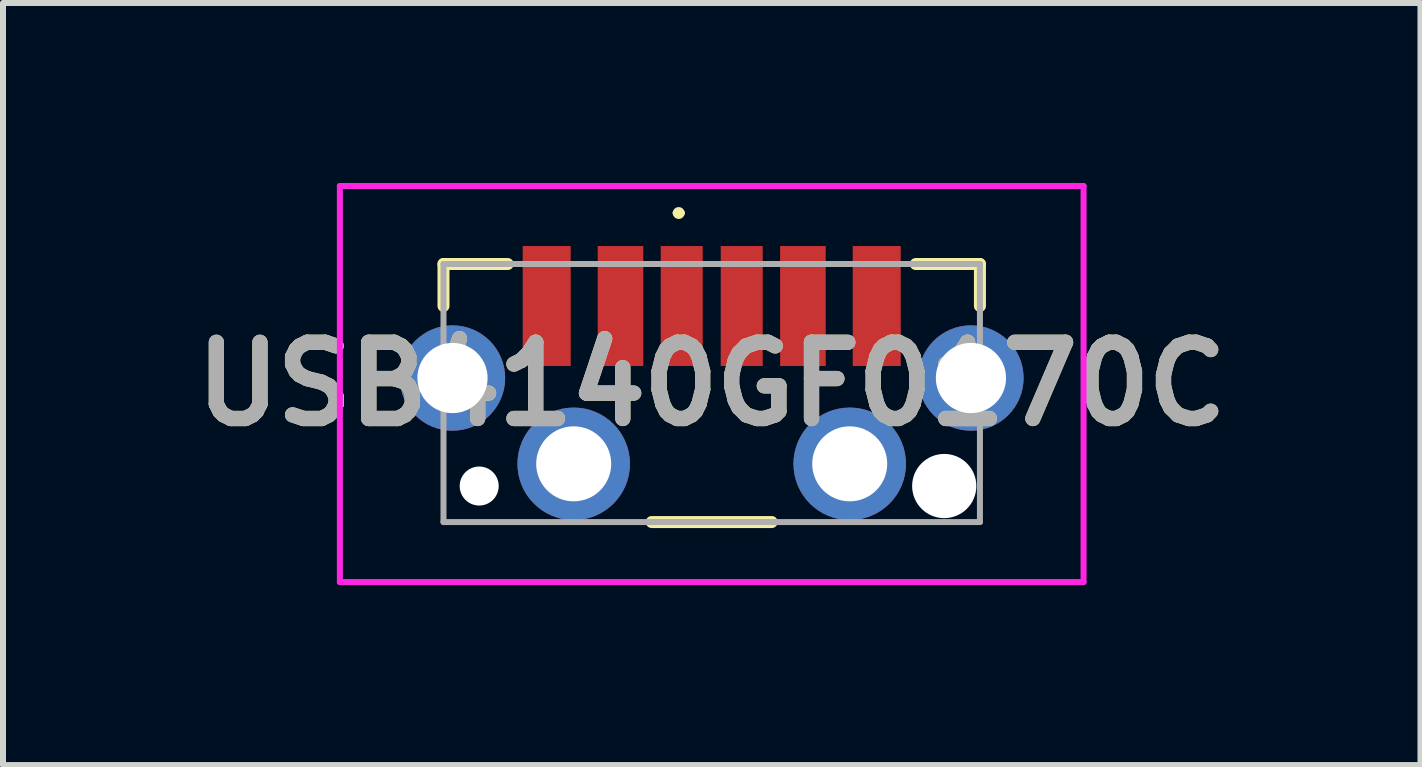
<source format=kicad_pcb>
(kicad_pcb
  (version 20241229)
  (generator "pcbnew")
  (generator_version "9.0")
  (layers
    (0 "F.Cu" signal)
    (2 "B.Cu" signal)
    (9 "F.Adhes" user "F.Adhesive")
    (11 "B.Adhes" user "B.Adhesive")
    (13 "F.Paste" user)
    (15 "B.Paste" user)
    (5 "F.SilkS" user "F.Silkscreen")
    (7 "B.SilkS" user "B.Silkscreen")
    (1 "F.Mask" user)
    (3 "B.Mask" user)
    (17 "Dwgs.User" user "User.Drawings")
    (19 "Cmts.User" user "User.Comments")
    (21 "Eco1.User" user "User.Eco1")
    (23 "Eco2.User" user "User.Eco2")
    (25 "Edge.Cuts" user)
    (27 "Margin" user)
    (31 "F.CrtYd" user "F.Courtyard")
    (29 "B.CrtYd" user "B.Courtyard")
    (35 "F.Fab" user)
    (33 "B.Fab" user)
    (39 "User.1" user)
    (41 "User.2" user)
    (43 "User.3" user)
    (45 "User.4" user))
  (footprint "USB4140GF0170C"
    (layer "F.Cu")
    (at 8.811 3.5)
    (property "Reference" "USB4140GF0170C" (at 0 -0.15 0) (layer "F.SilkS") (effects (font (size 1.27 1.27) (thickness 0.254))))
    (attr through_hole)
    (fp_line (start -4.47 -2.15) (end -4.47 -1.45) (stroke (width 0.2) (type solid)) (layer "F.SilkS"))
    (fp_line (start -3.4 -2.15) (end -4.47 -2.15) (stroke (width 0.2) (type solid)) (layer "F.SilkS"))
    (fp_line (start -1 2.15) (end 1 2.15) (stroke (width 0.2) (type solid)) (layer "F.SilkS"))
    (fp_line (start -0.6 -3) (end -0.6 -3) (stroke (width 0.1) (type solid)) (layer "F.SilkS"))
    (fp_line (start -0.5 -3) (end -0.5 -3) (stroke (width 0.1) (type solid)) (layer "F.SilkS"))
    (fp_line (start 3.4 -2.15) (end 4.47 -2.15) (stroke (width 0.2) (type solid)) (layer "F.SilkS"))
    (fp_line (start 4.47 -2.15) (end 4.47 -1.45) (stroke (width 0.2) (type solid)) (layer "F.SilkS"))
    (fp_arc (start -0.6 -3) (mid -0.55 -3.05) (end -0.5 -3) (stroke (width 0.1) (type solid)) (layer "F.SilkS"))
    (fp_arc (start -0.5 -3) (mid -0.55 -2.95) (end -0.6 -3) (stroke (width 0.1) (type solid)) (layer "F.SilkS"))
    (fp_line (start -6.197 -3.45) (end 6.197 -3.45) (stroke (width 0.1) (type solid)) (layer "F.CrtYd"))
    (fp_line (start -6.197 3.15) (end -6.197 -3.45) (stroke (width 0.1) (type solid)) (layer "F.CrtYd"))
    (fp_line (start 6.197 -3.45) (end 6.197 3.15) (stroke (width 0.1) (type solid)) (layer "F.CrtYd"))
    (fp_line (start 6.197 3.15) (end -6.197 3.15) (stroke (width 0.1) (type solid)) (layer "F.CrtYd"))
    (fp_line (start -4.47 -2.15) (end 4.47 -2.15) (stroke (width 0.1) (type solid)) (layer "F.Fab"))
    (fp_line (start -4.47 2.15) (end -4.47 -2.15) (stroke (width 0.1) (type solid)) (layer "F.Fab"))
    (fp_line (start 4.47 -2.15) (end 4.47 2.15) (stroke (width 0.1) (type solid)) (layer "F.Fab"))
    (fp_line (start 4.47 2.15) (end -4.47 2.15) (stroke (width 0.1) (type solid)) (layer "F.Fab"))
    (fp_text user "${REFERENCE}" (at 0 -0.15 0) (layer "F.Fab") (effects (font (size 1.27 1.27) (thickness 0.254))))
    (pad "" np_thru_hole circle (at -3.875 1.55) (size 0.65 0.65) (drill 0.65) (layers "*.Cu" "*.Mask"))
    (pad "" np_thru_hole circle (at 3.875 1.55) (size 1.07 1.07) (drill 1.07) (layers "*.Cu" "*.Mask"))
    (pad "A5" smd rect (at -0.5 -1.45) (size 0.7 2) (layers "F.Cu" "F.Mask" "F.Paste"))
    (pad "A9" smd rect (at 1.52 -1.45) (size 0.76 2) (layers "F.Cu" "F.Mask" "F.Paste"))
    (pad "A12" smd rect (at 2.75 -1.45) (size 0.8 2) (layers "F.Cu" "F.Mask" "F.Paste"))
    (pad "B5" smd rect (at 0.5 -1.45) (size 0.7 2) (layers "F.Cu" "F.Mask" "F.Paste"))
    (pad "B9" smd rect (at -1.52 -1.45) (size 0.76 2) (layers "F.Cu" "F.Mask" "F.Paste"))
    (pad "B12" smd rect (at -2.75 -1.45) (size 0.8 2) (layers "F.Cu" "F.Mask" "F.Paste"))
    (pad "MH1" thru_hole circle (at -4.32 -0.25) (size 1.755 1.755) (drill 1.17) (layers "*.Cu" "*.Mask"))
    (pad "MH2" thru_hole circle (at 4.32 -0.25) (size 1.755 1.755) (drill 1.17) (layers "*.Cu" "*.Mask"))
    (pad "MH3" thru_hole circle (at -2.3 1.18) (size 1.875 1.875) (drill 1.25) (layers "*.Cu" "*.Mask"))
    (pad "MH4" thru_hole circle (at 2.3 1.18) (size 1.875 1.875) (drill 1.25) (layers "*.Cu" "*.Mask")))
  (gr_rect
    (start -3 -3)
    (end 20.623 9.7)
    (stroke (width 0.1) (type default))
    (fill no)
    (layer "Edge.Cuts")))
</source>
